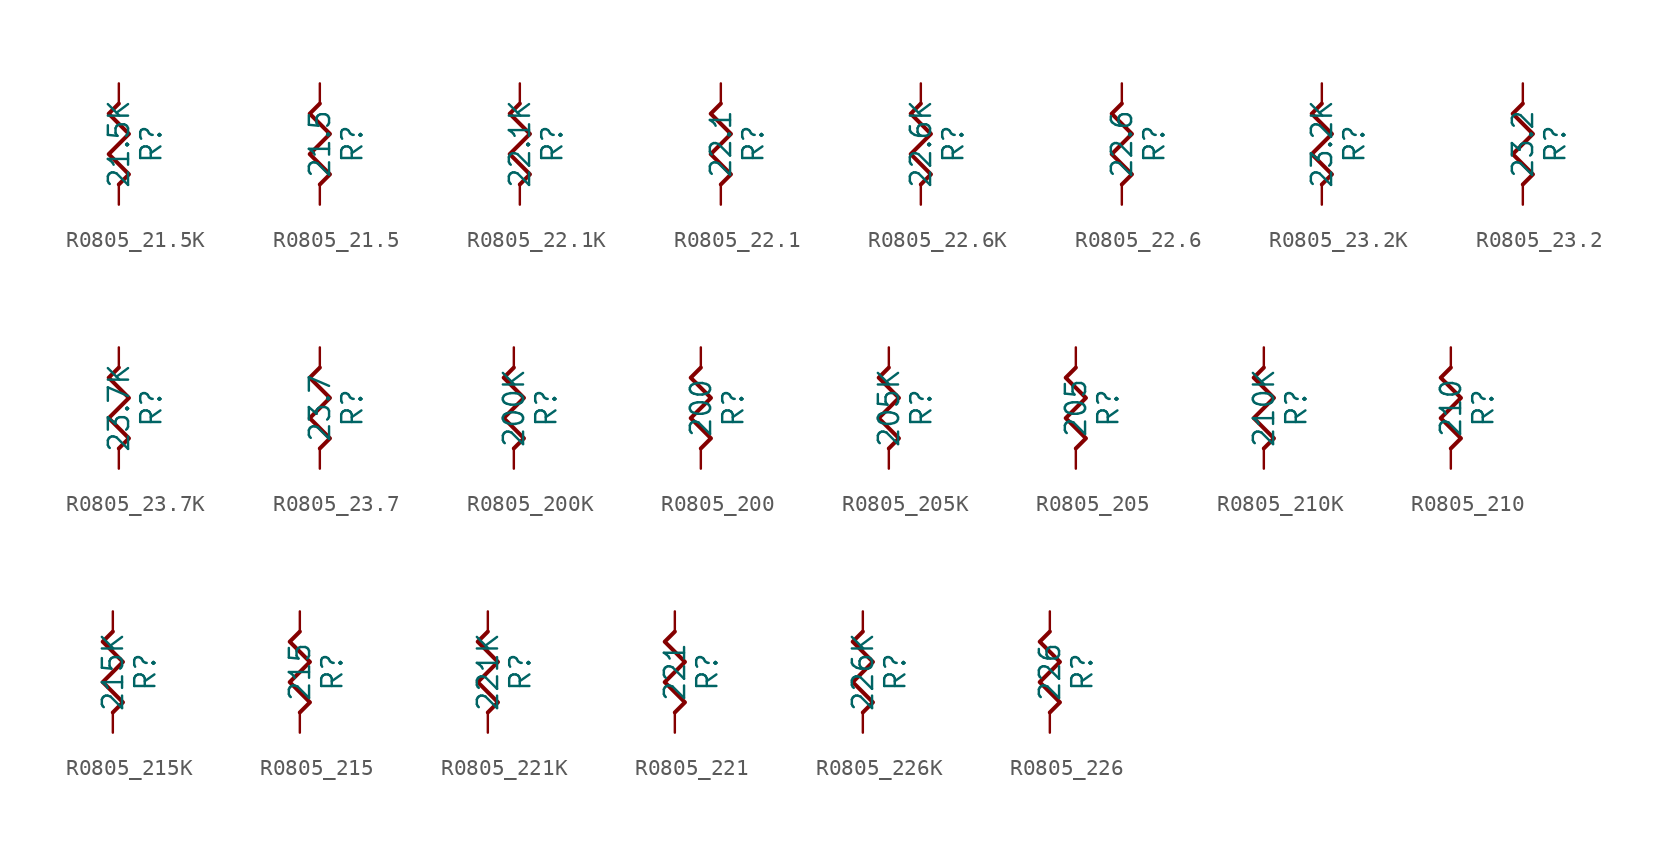
<source format=kicad_sym>
(kicad_symbol_lib
  (version 20211014)
  (generator atlantix-eda)
  (symbol "R0805_21.5K"
    (pin_numbers hide)
    (pin_names
      (offset 0))
    (property "Reference" "R"
      (at 2.032 0 90)
      (effects (font (size 1.27 1.27))))
    (property "Value" "21.5K"
      (at 0 0 90)
      (effects (font (size 1.27 1.27))))
    (symbol "R0805_21.5K_0_1"
      (polyline (pts (xy 0 -2.54) (xy 0.635 -1.905) (xy -0.635 -0.635) (xy 0.635 0.635) (xy -0.635 1.905) (xy 0 2.54)) (stroke (width 0.254) (type default) (color 0 0 0 0)) (fill (type none))))
    (symbol "R0805_21.5K_1_1"
      (pin passive line (at 0 3.81 270) (length 1.27) (name "~" (effects (font (size 1.27 1.27)))) (number "1" (effects (font (size 1.27 1.27)))))
      (pin passive line (at 0 -3.81 90) (length 1.27) (name "~" (effects (font (size 1.27 1.27)))) (number "2" (effects (font (size 1.27 1.27)))))))
  (symbol "R0805_21.5"
    (pin_numbers hide)
    (pin_names
      (offset 0))
    (property "Reference" "R"
      (at 2.032 0 90)
      (effects (font (size 1.27 1.27))))
    (property "Value" "21.5"
      (at 0 0 90)
      (effects (font (size 1.27 1.27))))
    (symbol "R0805_21.5_0_1"
      (polyline (pts (xy 0 -2.54) (xy 0.635 -1.905) (xy -0.635 -0.635) (xy 0.635 0.635) (xy -0.635 1.905) (xy 0 2.54)) (stroke (width 0.254) (type default) (color 0 0 0 0)) (fill (type none))))
    (symbol "R0805_21.5_1_1"
      (pin passive line (at 0 3.81 270) (length 1.27) (name "~" (effects (font (size 1.27 1.27)))) (number "1" (effects (font (size 1.27 1.27)))))
      (pin passive line (at 0 -3.81 90) (length 1.27) (name "~" (effects (font (size 1.27 1.27)))) (number "2" (effects (font (size 1.27 1.27)))))))
  (symbol "R0805_22.1K"
    (pin_numbers hide)
    (pin_names
      (offset 0))
    (property "Reference" "R"
      (at 2.032 0 90)
      (effects (font (size 1.27 1.27))))
    (property "Value" "22.1K"
      (at 0 0 90)
      (effects (font (size 1.27 1.27))))
    (symbol "R0805_22.1K_0_1"
      (polyline (pts (xy 0 -2.54) (xy 0.635 -1.905) (xy -0.635 -0.635) (xy 0.635 0.635) (xy -0.635 1.905) (xy 0 2.54)) (stroke (width 0.254) (type default) (color 0 0 0 0)) (fill (type none))))
    (symbol "R0805_22.1K_1_1"
      (pin passive line (at 0 3.81 270) (length 1.27) (name "~" (effects (font (size 1.27 1.27)))) (number "1" (effects (font (size 1.27 1.27)))))
      (pin passive line (at 0 -3.81 90) (length 1.27) (name "~" (effects (font (size 1.27 1.27)))) (number "2" (effects (font (size 1.27 1.27)))))))
  (symbol "R0805_22.1"
    (pin_numbers hide)
    (pin_names
      (offset 0))
    (property "Reference" "R"
      (at 2.032 0 90)
      (effects (font (size 1.27 1.27))))
    (property "Value" "22.1"
      (at 0 0 90)
      (effects (font (size 1.27 1.27))))
    (symbol "R0805_22.1_0_1"
      (polyline (pts (xy 0 -2.54) (xy 0.635 -1.905) (xy -0.635 -0.635) (xy 0.635 0.635) (xy -0.635 1.905) (xy 0 2.54)) (stroke (width 0.254) (type default) (color 0 0 0 0)) (fill (type none))))
    (symbol "R0805_22.1_1_1"
      (pin passive line (at 0 3.81 270) (length 1.27) (name "~" (effects (font (size 1.27 1.27)))) (number "1" (effects (font (size 1.27 1.27)))))
      (pin passive line (at 0 -3.81 90) (length 1.27) (name "~" (effects (font (size 1.27 1.27)))) (number "2" (effects (font (size 1.27 1.27)))))))
  (symbol "R0805_22.6K"
    (pin_numbers hide)
    (pin_names
      (offset 0))
    (property "Reference" "R"
      (at 2.032 0 90)
      (effects (font (size 1.27 1.27))))
    (property "Value" "22.6K"
      (at 0 0 90)
      (effects (font (size 1.27 1.27))))
    (symbol "R0805_22.6K_0_1"
      (polyline (pts (xy 0 -2.54) (xy 0.635 -1.905) (xy -0.635 -0.635) (xy 0.635 0.635) (xy -0.635 1.905) (xy 0 2.54)) (stroke (width 0.254) (type default) (color 0 0 0 0)) (fill (type none))))
    (symbol "R0805_22.6K_1_1"
      (pin passive line (at 0 3.81 270) (length 1.27) (name "~" (effects (font (size 1.27 1.27)))) (number "1" (effects (font (size 1.27 1.27)))))
      (pin passive line (at 0 -3.81 90) (length 1.27) (name "~" (effects (font (size 1.27 1.27)))) (number "2" (effects (font (size 1.27 1.27)))))))
  (symbol "R0805_22.6"
    (pin_numbers hide)
    (pin_names
      (offset 0))
    (property "Reference" "R"
      (at 2.032 0 90)
      (effects (font (size 1.27 1.27))))
    (property "Value" "22.6"
      (at 0 0 90)
      (effects (font (size 1.27 1.27))))
    (symbol "R0805_22.6_0_1"
      (polyline (pts (xy 0 -2.54) (xy 0.635 -1.905) (xy -0.635 -0.635) (xy 0.635 0.635) (xy -0.635 1.905) (xy 0 2.54)) (stroke (width 0.254) (type default) (color 0 0 0 0)) (fill (type none))))
    (symbol "R0805_22.6_1_1"
      (pin passive line (at 0 3.81 270) (length 1.27) (name "~" (effects (font (size 1.27 1.27)))) (number "1" (effects (font (size 1.27 1.27)))))
      (pin passive line (at 0 -3.81 90) (length 1.27) (name "~" (effects (font (size 1.27 1.27)))) (number "2" (effects (font (size 1.27 1.27)))))))
  (symbol "R0805_23.2K"
    (pin_numbers hide)
    (pin_names
      (offset 0))
    (property "Reference" "R"
      (at 2.032 0 90)
      (effects (font (size 1.27 1.27))))
    (property "Value" "23.2K"
      (at 0 0 90)
      (effects (font (size 1.27 1.27))))
    (symbol "R0805_23.2K_0_1"
      (polyline (pts (xy 0 -2.54) (xy 0.635 -1.905) (xy -0.635 -0.635) (xy 0.635 0.635) (xy -0.635 1.905) (xy 0 2.54)) (stroke (width 0.254) (type default) (color 0 0 0 0)) (fill (type none))))
    (symbol "R0805_23.2K_1_1"
      (pin passive line (at 0 3.81 270) (length 1.27) (name "~" (effects (font (size 1.27 1.27)))) (number "1" (effects (font (size 1.27 1.27)))))
      (pin passive line (at 0 -3.81 90) (length 1.27) (name "~" (effects (font (size 1.27 1.27)))) (number "2" (effects (font (size 1.27 1.27)))))))
  (symbol "R0805_23.2"
    (pin_numbers hide)
    (pin_names
      (offset 0))
    (property "Reference" "R"
      (at 2.032 0 90)
      (effects (font (size 1.27 1.27))))
    (property "Value" "23.2"
      (at 0 0 90)
      (effects (font (size 1.27 1.27))))
    (symbol "R0805_23.2_0_1"
      (polyline (pts (xy 0 -2.54) (xy 0.635 -1.905) (xy -0.635 -0.635) (xy 0.635 0.635) (xy -0.635 1.905) (xy 0 2.54)) (stroke (width 0.254) (type default) (color 0 0 0 0)) (fill (type none))))
    (symbol "R0805_23.2_1_1"
      (pin passive line (at 0 3.81 270) (length 1.27) (name "~" (effects (font (size 1.27 1.27)))) (number "1" (effects (font (size 1.27 1.27)))))
      (pin passive line (at 0 -3.81 90) (length 1.27) (name "~" (effects (font (size 1.27 1.27)))) (number "2" (effects (font (size 1.27 1.27)))))))
  (symbol "R0805_23.7K"
    (pin_numbers hide)
    (pin_names
      (offset 0))
    (property "Reference" "R"
      (at 2.032 0 90)
      (effects (font (size 1.27 1.27))))
    (property "Value" "23.7K"
      (at 0 0 90)
      (effects (font (size 1.27 1.27))))
    (symbol "R0805_23.7K_0_1"
      (polyline (pts (xy 0 -2.54) (xy 0.635 -1.905) (xy -0.635 -0.635) (xy 0.635 0.635) (xy -0.635 1.905) (xy 0 2.54)) (stroke (width 0.254) (type default) (color 0 0 0 0)) (fill (type none))))
    (symbol "R0805_23.7K_1_1"
      (pin passive line (at 0 3.81 270) (length 1.27) (name "~" (effects (font (size 1.27 1.27)))) (number "1" (effects (font (size 1.27 1.27)))))
      (pin passive line (at 0 -3.81 90) (length 1.27) (name "~" (effects (font (size 1.27 1.27)))) (number "2" (effects (font (size 1.27 1.27)))))))
  (symbol "R0805_23.7"
    (pin_numbers hide)
    (pin_names
      (offset 0))
    (property "Reference" "R"
      (at 2.032 0 90)
      (effects (font (size 1.27 1.27))))
    (property "Value" "23.7"
      (at 0 0 90)
      (effects (font (size 1.27 1.27))))
    (symbol "R0805_23.7_0_1"
      (polyline (pts (xy 0 -2.54) (xy 0.635 -1.905) (xy -0.635 -0.635) (xy 0.635 0.635) (xy -0.635 1.905) (xy 0 2.54)) (stroke (width 0.254) (type default) (color 0 0 0 0)) (fill (type none))))
    (symbol "R0805_23.7_1_1"
      (pin passive line (at 0 3.81 270) (length 1.27) (name "~" (effects (font (size 1.27 1.27)))) (number "1" (effects (font (size 1.27 1.27)))))
      (pin passive line (at 0 -3.81 90) (length 1.27) (name "~" (effects (font (size 1.27 1.27)))) (number "2" (effects (font (size 1.27 1.27)))))))
  (symbol "R0805_200K"
    (pin_numbers hide)
    (pin_names
      (offset 0))
    (property "Reference" "R"
      (at 2.032 0 90)
      (effects (font (size 1.27 1.27))))
    (property "Value" "200K"
      (at 0 0 90)
      (effects (font (size 1.27 1.27))))
    (symbol "R0805_200K_0_1"
      (polyline (pts (xy 0 -2.54) (xy 0.635 -1.905) (xy -0.635 -0.635) (xy 0.635 0.635) (xy -0.635 1.905) (xy 0 2.54)) (stroke (width 0.254) (type default) (color 0 0 0 0)) (fill (type none))))
    (symbol "R0805_200K_1_1"
      (pin passive line (at 0 3.81 270) (length 1.27) (name "~" (effects (font (size 1.27 1.27)))) (number "1" (effects (font (size 1.27 1.27)))))
      (pin passive line (at 0 -3.81 90) (length 1.27) (name "~" (effects (font (size 1.27 1.27)))) (number "2" (effects (font (size 1.27 1.27)))))))
  (symbol "R0805_200"
    (pin_numbers hide)
    (pin_names
      (offset 0))
    (property "Reference" "R"
      (at 2.032 0 90)
      (effects (font (size 1.27 1.27))))
    (property "Value" "200"
      (at 0 0 90)
      (effects (font (size 1.27 1.27))))
    (symbol "R0805_200_0_1"
      (polyline (pts (xy 0 -2.54) (xy 0.635 -1.905) (xy -0.635 -0.635) (xy 0.635 0.635) (xy -0.635 1.905) (xy 0 2.54)) (stroke (width 0.254) (type default) (color 0 0 0 0)) (fill (type none))))
    (symbol "R0805_200_1_1"
      (pin passive line (at 0 3.81 270) (length 1.27) (name "~" (effects (font (size 1.27 1.27)))) (number "1" (effects (font (size 1.27 1.27)))))
      (pin passive line (at 0 -3.81 90) (length 1.27) (name "~" (effects (font (size 1.27 1.27)))) (number "2" (effects (font (size 1.27 1.27)))))))
  (symbol "R0805_205K"
    (pin_numbers hide)
    (pin_names
      (offset 0))
    (property "Reference" "R"
      (at 2.032 0 90)
      (effects (font (size 1.27 1.27))))
    (property "Value" "205K"
      (at 0 0 90)
      (effects (font (size 1.27 1.27))))
    (symbol "R0805_205K_0_1"
      (polyline (pts (xy 0 -2.54) (xy 0.635 -1.905) (xy -0.635 -0.635) (xy 0.635 0.635) (xy -0.635 1.905) (xy 0 2.54)) (stroke (width 0.254) (type default) (color 0 0 0 0)) (fill (type none))))
    (symbol "R0805_205K_1_1"
      (pin passive line (at 0 3.81 270) (length 1.27) (name "~" (effects (font (size 1.27 1.27)))) (number "1" (effects (font (size 1.27 1.27)))))
      (pin passive line (at 0 -3.81 90) (length 1.27) (name "~" (effects (font (size 1.27 1.27)))) (number "2" (effects (font (size 1.27 1.27)))))))
  (symbol "R0805_205"
    (pin_numbers hide)
    (pin_names
      (offset 0))
    (property "Reference" "R"
      (at 2.032 0 90)
      (effects (font (size 1.27 1.27))))
    (property "Value" "205"
      (at 0 0 90)
      (effects (font (size 1.27 1.27))))
    (symbol "R0805_205_0_1"
      (polyline (pts (xy 0 -2.54) (xy 0.635 -1.905) (xy -0.635 -0.635) (xy 0.635 0.635) (xy -0.635 1.905) (xy 0 2.54)) (stroke (width 0.254) (type default) (color 0 0 0 0)) (fill (type none))))
    (symbol "R0805_205_1_1"
      (pin passive line (at 0 3.81 270) (length 1.27) (name "~" (effects (font (size 1.27 1.27)))) (number "1" (effects (font (size 1.27 1.27)))))
      (pin passive line (at 0 -3.81 90) (length 1.27) (name "~" (effects (font (size 1.27 1.27)))) (number "2" (effects (font (size 1.27 1.27)))))))
  (symbol "R0805_210K"
    (pin_numbers hide)
    (pin_names
      (offset 0))
    (property "Reference" "R"
      (at 2.032 0 90)
      (effects (font (size 1.27 1.27))))
    (property "Value" "210K"
      (at 0 0 90)
      (effects (font (size 1.27 1.27))))
    (symbol "R0805_210K_0_1"
      (polyline (pts (xy 0 -2.54) (xy 0.635 -1.905) (xy -0.635 -0.635) (xy 0.635 0.635) (xy -0.635 1.905) (xy 0 2.54)) (stroke (width 0.254) (type default) (color 0 0 0 0)) (fill (type none))))
    (symbol "R0805_210K_1_1"
      (pin passive line (at 0 3.81 270) (length 1.27) (name "~" (effects (font (size 1.27 1.27)))) (number "1" (effects (font (size 1.27 1.27)))))
      (pin passive line (at 0 -3.81 90) (length 1.27) (name "~" (effects (font (size 1.27 1.27)))) (number "2" (effects (font (size 1.27 1.27)))))))
  (symbol "R0805_210"
    (pin_numbers hide)
    (pin_names
      (offset 0))
    (property "Reference" "R"
      (at 2.032 0 90)
      (effects (font (size 1.27 1.27))))
    (property "Value" "210"
      (at 0 0 90)
      (effects (font (size 1.27 1.27))))
    (symbol "R0805_210_0_1"
      (polyline (pts (xy 0 -2.54) (xy 0.635 -1.905) (xy -0.635 -0.635) (xy 0.635 0.635) (xy -0.635 1.905) (xy 0 2.54)) (stroke (width 0.254) (type default) (color 0 0 0 0)) (fill (type none))))
    (symbol "R0805_210_1_1"
      (pin passive line (at 0 3.81 270) (length 1.27) (name "~" (effects (font (size 1.27 1.27)))) (number "1" (effects (font (size 1.27 1.27)))))
      (pin passive line (at 0 -3.81 90) (length 1.27) (name "~" (effects (font (size 1.27 1.27)))) (number "2" (effects (font (size 1.27 1.27)))))))
  (symbol "R0805_215K"
    (pin_numbers hide)
    (pin_names
      (offset 0))
    (property "Reference" "R"
      (at 2.032 0 90)
      (effects (font (size 1.27 1.27))))
    (property "Value" "215K"
      (at 0 0 90)
      (effects (font (size 1.27 1.27))))
    (symbol "R0805_215K_0_1"
      (polyline (pts (xy 0 -2.54) (xy 0.635 -1.905) (xy -0.635 -0.635) (xy 0.635 0.635) (xy -0.635 1.905) (xy 0 2.54)) (stroke (width 0.254) (type default) (color 0 0 0 0)) (fill (type none))))
    (symbol "R0805_215K_1_1"
      (pin passive line (at 0 3.81 270) (length 1.27) (name "~" (effects (font (size 1.27 1.27)))) (number "1" (effects (font (size 1.27 1.27)))))
      (pin passive line (at 0 -3.81 90) (length 1.27) (name "~" (effects (font (size 1.27 1.27)))) (number "2" (effects (font (size 1.27 1.27)))))))
  (symbol "R0805_215"
    (pin_numbers hide)
    (pin_names
      (offset 0))
    (property "Reference" "R"
      (at 2.032 0 90)
      (effects (font (size 1.27 1.27))))
    (property "Value" "215"
      (at 0 0 90)
      (effects (font (size 1.27 1.27))))
    (symbol "R0805_215_0_1"
      (polyline (pts (xy 0 -2.54) (xy 0.635 -1.905) (xy -0.635 -0.635) (xy 0.635 0.635) (xy -0.635 1.905) (xy 0 2.54)) (stroke (width 0.254) (type default) (color 0 0 0 0)) (fill (type none))))
    (symbol "R0805_215_1_1"
      (pin passive line (at 0 3.81 270) (length 1.27) (name "~" (effects (font (size 1.27 1.27)))) (number "1" (effects (font (size 1.27 1.27)))))
      (pin passive line (at 0 -3.81 90) (length 1.27) (name "~" (effects (font (size 1.27 1.27)))) (number "2" (effects (font (size 1.27 1.27)))))))
  (symbol "R0805_221K"
    (pin_numbers hide)
    (pin_names
      (offset 0))
    (property "Reference" "R"
      (at 2.032 0 90)
      (effects (font (size 1.27 1.27))))
    (property "Value" "221K"
      (at 0 0 90)
      (effects (font (size 1.27 1.27))))
    (symbol "R0805_221K_0_1"
      (polyline (pts (xy 0 -2.54) (xy 0.635 -1.905) (xy -0.635 -0.635) (xy 0.635 0.635) (xy -0.635 1.905) (xy 0 2.54)) (stroke (width 0.254) (type default) (color 0 0 0 0)) (fill (type none))))
    (symbol "R0805_221K_1_1"
      (pin passive line (at 0 3.81 270) (length 1.27) (name "~" (effects (font (size 1.27 1.27)))) (number "1" (effects (font (size 1.27 1.27)))))
      (pin passive line (at 0 -3.81 90) (length 1.27) (name "~" (effects (font (size 1.27 1.27)))) (number "2" (effects (font (size 1.27 1.27)))))))
  (symbol "R0805_221"
    (pin_numbers hide)
    (pin_names
      (offset 0))
    (property "Reference" "R"
      (at 2.032 0 90)
      (effects (font (size 1.27 1.27))))
    (property "Value" "221"
      (at 0 0 90)
      (effects (font (size 1.27 1.27))))
    (symbol "R0805_221_0_1"
      (polyline (pts (xy 0 -2.54) (xy 0.635 -1.905) (xy -0.635 -0.635) (xy 0.635 0.635) (xy -0.635 1.905) (xy 0 2.54)) (stroke (width 0.254) (type default) (color 0 0 0 0)) (fill (type none))))
    (symbol "R0805_221_1_1"
      (pin passive line (at 0 3.81 270) (length 1.27) (name "~" (effects (font (size 1.27 1.27)))) (number "1" (effects (font (size 1.27 1.27)))))
      (pin passive line (at 0 -3.81 90) (length 1.27) (name "~" (effects (font (size 1.27 1.27)))) (number "2" (effects (font (size 1.27 1.27)))))))
  (symbol "R0805_226K"
    (pin_numbers hide)
    (pin_names
      (offset 0))
    (property "Reference" "R"
      (at 2.032 0 90)
      (effects (font (size 1.27 1.27))))
    (property "Value" "226K"
      (at 0 0 90)
      (effects (font (size 1.27 1.27))))
    (symbol "R0805_226K_0_1"
      (polyline (pts (xy 0 -2.54) (xy 0.635 -1.905) (xy -0.635 -0.635) (xy 0.635 0.635) (xy -0.635 1.905) (xy 0 2.54)) (stroke (width 0.254) (type default) (color 0 0 0 0)) (fill (type none))))
    (symbol "R0805_226K_1_1"
      (pin passive line (at 0 3.81 270) (length 1.27) (name "~" (effects (font (size 1.27 1.27)))) (number "1" (effects (font (size 1.27 1.27)))))
      (pin passive line (at 0 -3.81 90) (length 1.27) (name "~" (effects (font (size 1.27 1.27)))) (number "2" (effects (font (size 1.27 1.27)))))))
  (symbol "R0805_226"
    (pin_numbers hide)
    (pin_names
      (offset 0))
    (property "Reference" "R"
      (at 2.032 0 90)
      (effects (font (size 1.27 1.27))))
    (property "Value" "226"
      (at 0 0 90)
      (effects (font (size 1.27 1.27))))
    (symbol "R0805_226_0_1"
      (polyline (pts (xy 0 -2.54) (xy 0.635 -1.905) (xy -0.635 -0.635) (xy 0.635 0.635) (xy -0.635 1.905) (xy 0 2.54)) (stroke (width 0.254) (type default) (color 0 0 0 0)) (fill (type none))))
    (symbol "R0805_226_1_1"
      (pin passive line (at 0 3.81 270) (length 1.27) (name "~" (effects (font (size 1.27 1.27)))) (number "1" (effects (font (size 1.27 1.27)))))
      (pin passive line (at 0 -3.81 90) (length 1.27) (name "~" (effects (font (size 1.27 1.27)))) (number "2" (effects (font (size 1.27 1.27))))))))
</source>
